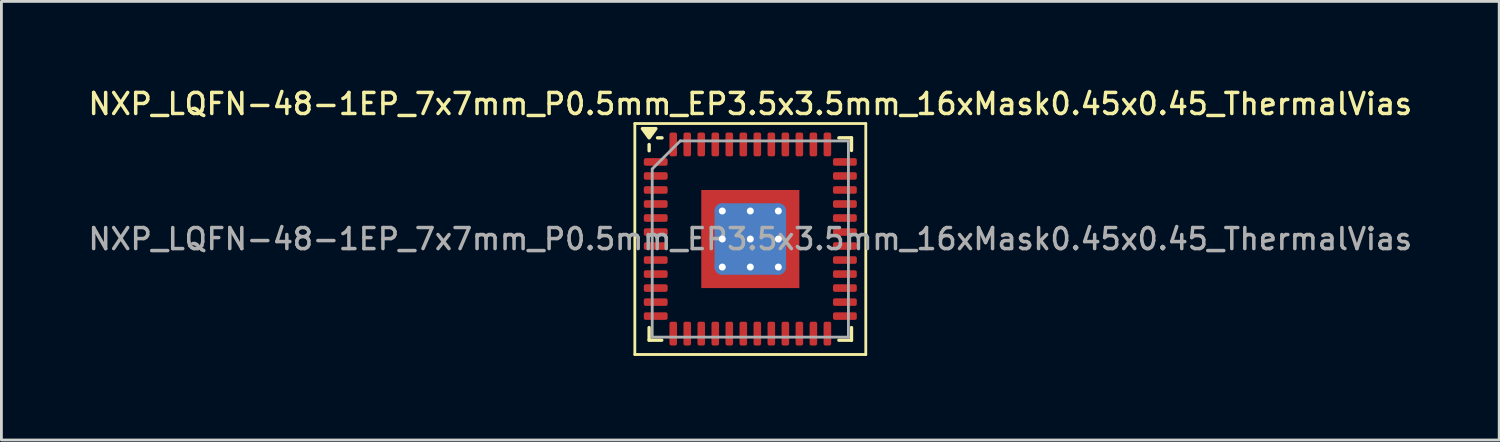
<source format=kicad_pcb>
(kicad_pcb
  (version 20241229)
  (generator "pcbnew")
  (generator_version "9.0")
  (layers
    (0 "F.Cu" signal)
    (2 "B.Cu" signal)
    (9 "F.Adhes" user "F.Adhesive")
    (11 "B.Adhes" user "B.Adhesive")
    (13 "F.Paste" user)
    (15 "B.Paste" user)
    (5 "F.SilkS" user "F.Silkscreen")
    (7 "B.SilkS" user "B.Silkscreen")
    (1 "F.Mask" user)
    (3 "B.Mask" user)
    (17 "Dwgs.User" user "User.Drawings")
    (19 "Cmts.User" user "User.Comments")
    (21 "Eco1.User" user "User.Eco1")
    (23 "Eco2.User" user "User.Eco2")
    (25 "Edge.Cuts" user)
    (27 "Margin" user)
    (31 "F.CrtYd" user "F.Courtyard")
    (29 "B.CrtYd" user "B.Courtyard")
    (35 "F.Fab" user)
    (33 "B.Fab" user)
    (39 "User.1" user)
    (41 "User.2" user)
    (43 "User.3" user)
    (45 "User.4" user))
  (footprint "NXP_LQFN-48-1EP_7x7mm_P0.5mm_EP3.5x3.5mm_16xMask0.45x0.45_ThermalVias"
    (layer "F.Cu")
    (at 23.72 5.478)
    (property "Reference" "NXP_LQFN-48-1EP_7x7mm_P0.5mm_EP3.5x3.5mm_16xMask0.45x0.45_ThermalVias" (at 0 -4.82 0) (layer "F.SilkS") (effects (font (size 0.75 0.75) (thickness 0.125))))
    (attr smd)
    (fp_line (start -4.12 -4.12) (end -4.12 4.12) (stroke (width 0.1) (type solid)) (layer "F.SilkS"))
    (fp_line (start -4.12 4.12) (end 4.12 4.12) (stroke (width 0.1) (type solid)) (layer "F.SilkS"))
    (fp_line (start -3.61 -3.37) (end -3.61 -3.15) (stroke (width 0.12) (type solid)) (layer "F.SilkS"))
    (fp_line (start -3.61 3.61) (end -3.61 3.16) (stroke (width 0.12) (type solid)) (layer "F.SilkS"))
    (fp_line (start -3.16 3.61) (end -3.61 3.61) (stroke (width 0.12) (type solid)) (layer "F.SilkS"))
    (fp_line (start -3.15 -3.61) (end -3.31 -3.61) (stroke (width 0.12) (type solid)) (layer "F.SilkS"))
    (fp_line (start 3.16 -3.61) (end 3.61 -3.61) (stroke (width 0.12) (type solid)) (layer "F.SilkS"))
    (fp_line (start 3.16 3.61) (end 3.61 3.61) (stroke (width 0.12) (type solid)) (layer "F.SilkS"))
    (fp_line (start 3.61 -3.61) (end 3.61 -3.16) (stroke (width 0.12) (type solid)) (layer "F.SilkS"))
    (fp_line (start 3.61 3.61) (end 3.61 3.16) (stroke (width 0.12) (type solid)) (layer "F.SilkS"))
    (fp_line (start 4.12 -4.12) (end -4.12 -4.12) (stroke (width 0.1) (type solid)) (layer "F.SilkS"))
    (fp_line (start 4.12 4.12) (end 4.12 -4.12) (stroke (width 0.1) (type solid)) (layer "F.SilkS"))
    (fp_poly (pts (xy -3.61 -3.61) (xy -3.85 -3.94) (xy -3.37 -3.94) (xy -3.61 -3.61)) (stroke (width 0.12) (type solid)) (fill yes) (layer "F.SilkS"))
    (fp_line (start -3.5 -2.5) (end -2.5 -3.5) (stroke (width 0.1) (type solid)) (layer "F.Fab"))
    (fp_line (start -3.5 3.5) (end -3.5 -2.5) (stroke (width 0.1) (type solid)) (layer "F.Fab"))
    (fp_line (start -2.5 -3.5) (end 3.5 -3.5) (stroke (width 0.1) (type solid)) (layer "F.Fab"))
    (fp_line (start 3.5 -3.5) (end 3.5 3.5) (stroke (width 0.1) (type solid)) (layer "F.Fab"))
    (fp_line (start 3.5 3.5) (end -3.5 3.5) (stroke (width 0.1) (type solid)) (layer "F.Fab"))
    (fp_text user "${REFERENCE}" (at 0 0 0) (layer "F.Fab") (effects (font (size 0.75 0.75) (thickness 0.125))))
    (pad "" smd rect (at -1.5 -1.5) (size 0.45 0.45) (layers "F.Mask" "F.Paste"))
    (pad "" smd rect (at -1.5 -0.5) (size 0.45 0.45) (layers "F.Mask" "F.Paste"))
    (pad "" smd rect (at -1.5 0.5) (size 0.45 0.45) (layers "F.Mask" "F.Paste"))
    (pad "" smd rect (at -1.5 1.5) (size 0.45 0.45) (layers "F.Mask" "F.Paste"))
    (pad "" smd rect (at -0.5 -1.5) (size 0.45 0.45) (layers "F.Mask" "F.Paste"))
    (pad "" smd rect (at -0.5 -0.5) (size 0.45 0.45) (layers "F.Mask" "F.Paste"))
    (pad "" smd rect (at -0.5 0.5) (size 0.45 0.45) (layers "F.Mask" "F.Paste"))
    (pad "" smd rect (at -0.5 1.5) (size 0.45 0.45) (layers "F.Mask" "F.Paste"))
    (pad "" smd rect (at 0.5 -1.5) (size 0.45 0.45) (layers "F.Mask" "F.Paste"))
    (pad "" smd rect (at 0.5 -0.5) (size 0.45 0.45) (layers "F.Mask" "F.Paste"))
    (pad "" smd rect (at 0.5 0.5) (size 0.45 0.45) (layers "F.Mask" "F.Paste"))
    (pad "" smd rect (at 0.5 1.5) (size 0.45 0.45) (layers "F.Mask" "F.Paste"))
    (pad "" smd rect (at 1.5 -1.5) (size 0.45 0.45) (layers "F.Mask" "F.Paste"))
    (pad "" smd rect (at 1.5 -0.5) (size 0.45 0.45) (layers "F.Mask" "F.Paste"))
    (pad "" smd rect (at 1.5 0.5) (size 0.45 0.45) (layers "F.Mask" "F.Paste"))
    (pad "" smd rect (at 1.5 1.5) (size 0.45 0.45) (layers "F.Mask" "F.Paste"))
    (pad "1" smd roundrect (at -3.375 -2.75) (size 0.85 0.27) (layers "F.Cu" "F.Mask" "F.Paste") (roundrect_rratio 0.25))
    (pad "2" smd roundrect (at -3.375 -2.25) (size 0.85 0.27) (layers "F.Cu" "F.Mask" "F.Paste") (roundrect_rratio 0.25))
    (pad "3" smd roundrect (at -3.375 -1.75) (size 0.85 0.27) (layers "F.Cu" "F.Mask" "F.Paste") (roundrect_rratio 0.25))
    (pad "4" smd roundrect (at -3.375 -1.25) (size 0.85 0.27) (layers "F.Cu" "F.Mask" "F.Paste") (roundrect_rratio 0.25))
    (pad "5" smd roundrect (at -3.375 -0.75) (size 0.85 0.27) (layers "F.Cu" "F.Mask" "F.Paste") (roundrect_rratio 0.25))
    (pad "6" smd roundrect (at -3.375 -0.25) (size 0.85 0.27) (layers "F.Cu" "F.Mask" "F.Paste") (roundrect_rratio 0.25))
    (pad "7" smd roundrect (at -3.375 0.25) (size 0.85 0.27) (layers "F.Cu" "F.Mask" "F.Paste") (roundrect_rratio 0.25))
    (pad "8" smd roundrect (at -3.375 0.75) (size 0.85 0.27) (layers "F.Cu" "F.Mask" "F.Paste") (roundrect_rratio 0.25))
    (pad "9" smd roundrect (at -3.375 1.25) (size 0.85 0.27) (layers "F.Cu" "F.Mask" "F.Paste") (roundrect_rratio 0.25))
    (pad "10" smd roundrect (at -3.375 1.75) (size 0.85 0.27) (layers "F.Cu" "F.Mask" "F.Paste") (roundrect_rratio 0.25))
    (pad "11" smd roundrect (at -3.375 2.25) (size 0.85 0.27) (layers "F.Cu" "F.Mask" "F.Paste") (roundrect_rratio 0.25))
    (pad "12" smd roundrect (at -3.375 2.75) (size 0.85 0.27) (layers "F.Cu" "F.Mask" "F.Paste") (roundrect_rratio 0.25))
    (pad "13" smd roundrect (at -2.75 3.375) (size 0.27 0.85) (layers "F.Cu" "F.Mask" "F.Paste") (roundrect_rratio 0.25))
    (pad "14" smd roundrect (at -2.25 3.375) (size 0.27 0.85) (layers "F.Cu" "F.Mask" "F.Paste") (roundrect_rratio 0.25))
    (pad "15" smd roundrect (at -1.75 3.375) (size 0.27 0.85) (layers "F.Cu" "F.Mask" "F.Paste") (roundrect_rratio 0.25))
    (pad "16" smd roundrect (at -1.25 3.375) (size 0.27 0.85) (layers "F.Cu" "F.Mask" "F.Paste") (roundrect_rratio 0.25))
    (pad "17" smd roundrect (at -0.75 3.375) (size 0.27 0.85) (layers "F.Cu" "F.Mask" "F.Paste") (roundrect_rratio 0.25))
    (pad "18" smd roundrect (at -0.25 3.375) (size 0.27 0.85) (layers "F.Cu" "F.Mask" "F.Paste") (roundrect_rratio 0.25))
    (pad "19" smd roundrect (at 0.25 3.375) (size 0.27 0.85) (layers "F.Cu" "F.Mask" "F.Paste") (roundrect_rratio 0.25))
    (pad "20" smd roundrect (at 0.75 3.375) (size 0.27 0.85) (layers "F.Cu" "F.Mask" "F.Paste") (roundrect_rratio 0.25))
    (pad "21" smd roundrect (at 1.25 3.375) (size 0.27 0.85) (layers "F.Cu" "F.Mask" "F.Paste") (roundrect_rratio 0.25))
    (pad "22" smd roundrect (at 1.75 3.375) (size 0.27 0.85) (layers "F.Cu" "F.Mask" "F.Paste") (roundrect_rratio 0.25))
    (pad "23" smd roundrect (at 2.25 3.375) (size 0.27 0.85) (layers "F.Cu" "F.Mask" "F.Paste") (roundrect_rratio 0.25))
    (pad "24" smd roundrect (at 2.75 3.375) (size 0.27 0.85) (layers "F.Cu" "F.Mask" "F.Paste") (roundrect_rratio 0.25))
    (pad "25" smd roundrect (at 3.375 2.75) (size 0.85 0.27) (layers "F.Cu" "F.Mask" "F.Paste") (roundrect_rratio 0.25))
    (pad "26" smd roundrect (at 3.375 2.25) (size 0.85 0.27) (layers "F.Cu" "F.Mask" "F.Paste") (roundrect_rratio 0.25))
    (pad "27" smd roundrect (at 3.375 1.75) (size 0.85 0.27) (layers "F.Cu" "F.Mask" "F.Paste") (roundrect_rratio 0.25))
    (pad "28" smd roundrect (at 3.375 1.25) (size 0.85 0.27) (layers "F.Cu" "F.Mask" "F.Paste") (roundrect_rratio 0.25))
    (pad "29" smd roundrect (at 3.375 0.75) (size 0.85 0.27) (layers "F.Cu" "F.Mask" "F.Paste") (roundrect_rratio 0.25))
    (pad "30" smd roundrect (at 3.375 0.25) (size 0.85 0.27) (layers "F.Cu" "F.Mask" "F.Paste") (roundrect_rratio 0.25))
    (pad "31" smd roundrect (at 3.375 -0.25) (size 0.85 0.27) (layers "F.Cu" "F.Mask" "F.Paste") (roundrect_rratio 0.25))
    (pad "32" smd roundrect (at 3.375 -0.75) (size 0.85 0.27) (layers "F.Cu" "F.Mask" "F.Paste") (roundrect_rratio 0.25))
    (pad "33" smd roundrect (at 3.375 -1.25) (size 0.85 0.27) (layers "F.Cu" "F.Mask" "F.Paste") (roundrect_rratio 0.25))
    (pad "34" smd roundrect (at 3.375 -1.75) (size 0.85 0.27) (layers "F.Cu" "F.Mask" "F.Paste") (roundrect_rratio 0.25))
    (pad "35" smd roundrect (at 3.375 -2.25) (size 0.85 0.27) (layers "F.Cu" "F.Mask" "F.Paste") (roundrect_rratio 0.25))
    (pad "36" smd roundrect (at 3.375 -2.75) (size 0.85 0.27) (layers "F.Cu" "F.Mask" "F.Paste") (roundrect_rratio 0.25))
    (pad "37" smd roundrect (at 2.75 -3.375) (size 0.27 0.85) (layers "F.Cu" "F.Mask" "F.Paste") (roundrect_rratio 0.25))
    (pad "38" smd roundrect (at 2.25 -3.375) (size 0.27 0.85) (layers "F.Cu" "F.Mask" "F.Paste") (roundrect_rratio 0.25))
    (pad "39" smd roundrect (at 1.75 -3.375) (size 0.27 0.85) (layers "F.Cu" "F.Mask" "F.Paste") (roundrect_rratio 0.25))
    (pad "40" smd roundrect (at 1.25 -3.375) (size 0.27 0.85) (layers "F.Cu" "F.Mask" "F.Paste") (roundrect_rratio 0.25))
    (pad "41" smd roundrect (at 0.75 -3.375) (size 0.27 0.85) (layers "F.Cu" "F.Mask" "F.Paste") (roundrect_rratio 0.25))
    (pad "42" smd roundrect (at 0.25 -3.375) (size 0.27 0.85) (layers "F.Cu" "F.Mask" "F.Paste") (roundrect_rratio 0.25))
    (pad "43" smd roundrect (at -0.25 -3.375) (size 0.27 0.85) (layers "F.Cu" "F.Mask" "F.Paste") (roundrect_rratio 0.25))
    (pad "44" smd roundrect (at -0.75 -3.375) (size 0.27 0.85) (layers "F.Cu" "F.Mask" "F.Paste") (roundrect_rratio 0.25))
    (pad "45" smd roundrect (at -1.25 -3.375) (size 0.27 0.85) (layers "F.Cu" "F.Mask" "F.Paste") (roundrect_rratio 0.25))
    (pad "46" smd roundrect (at -1.75 -3.375) (size 0.27 0.85) (layers "F.Cu" "F.Mask" "F.Paste") (roundrect_rratio 0.25))
    (pad "47" smd roundrect (at -2.25 -3.375) (size 0.27 0.85) (layers "F.Cu" "F.Mask" "F.Paste") (roundrect_rratio 0.25))
    (pad "48" smd roundrect (at -2.75 -3.375) (size 0.27 0.85) (layers "F.Cu" "F.Mask" "F.Paste") (roundrect_rratio 0.25))
    (pad "49" thru_hole circle (at -1 -1) (size 0.55 0.55) (drill 0.25) (layers "*.Cu"))
    (pad "49" thru_hole circle (at -1 0) (size 0.55 0.55) (drill 0.25) (layers "*.Cu"))
    (pad "49" thru_hole circle (at -1 1) (size 0.55 0.55) (drill 0.25) (layers "*.Cu"))
    (pad "49" thru_hole circle (at 0 -1) (size 0.55 0.55) (drill 0.25) (layers "*.Cu"))
    (pad "49" thru_hole circle (at 0 0) (size 0.55 0.55) (drill 0.25) (layers "*.Cu"))
    (pad "49" smd roundrect (at 0 0) (size 2.55 2.55) (layers "B.Cu") (roundrect_rratio 0.115))
    (pad "49" smd rect (at 0 0) (size 3.5 3.5) (layers "F.Cu"))
    (pad "49" thru_hole circle (at 0 1) (size 0.55 0.55) (drill 0.25) (layers "*.Cu"))
    (pad "49" thru_hole circle (at 1 -1) (size 0.55 0.55) (drill 0.25) (layers "*.Cu"))
    (pad "49" thru_hole circle (at 1 0) (size 0.55 0.55) (drill 0.25) (layers "*.Cu"))
    (pad "49" thru_hole circle (at 1 1) (size 0.55 0.55) (drill 0.25) (layers "*.Cu")))
  (gr_rect
    (start -3 -3)
    (end 50.439 12.648)
    (stroke (width 0.1) (type default))
    (fill no)
    (layer "Edge.Cuts")))
</source>
